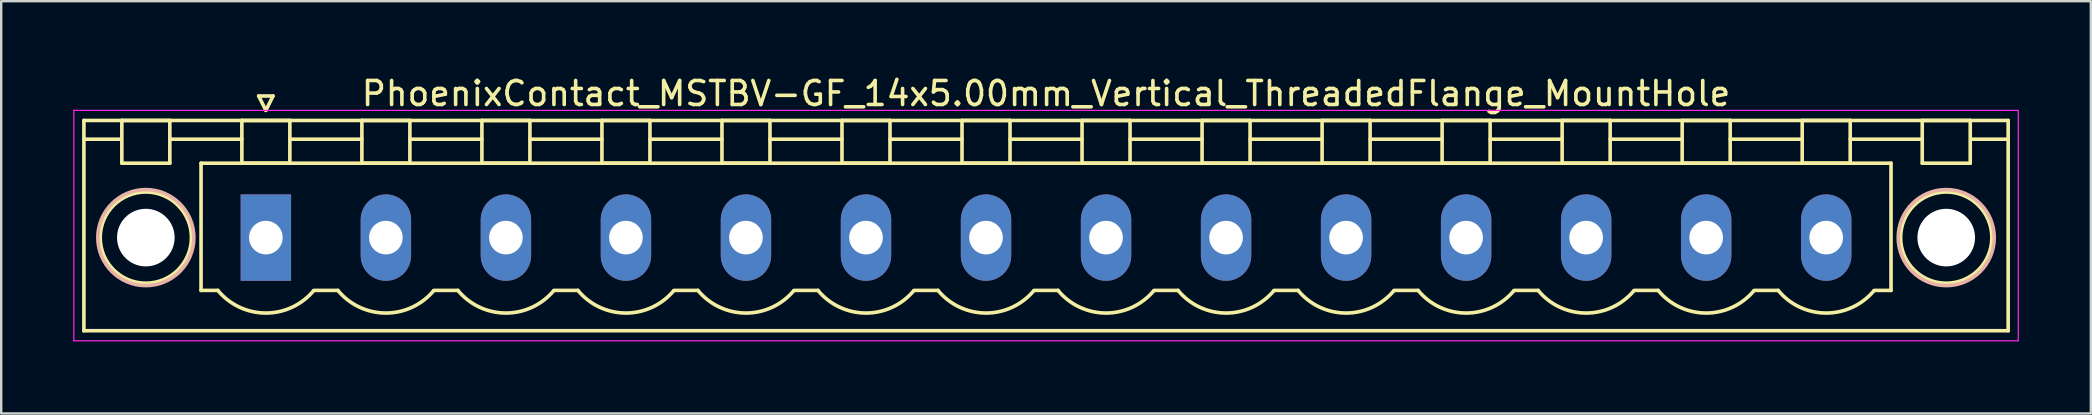
<source format=kicad_pcb>
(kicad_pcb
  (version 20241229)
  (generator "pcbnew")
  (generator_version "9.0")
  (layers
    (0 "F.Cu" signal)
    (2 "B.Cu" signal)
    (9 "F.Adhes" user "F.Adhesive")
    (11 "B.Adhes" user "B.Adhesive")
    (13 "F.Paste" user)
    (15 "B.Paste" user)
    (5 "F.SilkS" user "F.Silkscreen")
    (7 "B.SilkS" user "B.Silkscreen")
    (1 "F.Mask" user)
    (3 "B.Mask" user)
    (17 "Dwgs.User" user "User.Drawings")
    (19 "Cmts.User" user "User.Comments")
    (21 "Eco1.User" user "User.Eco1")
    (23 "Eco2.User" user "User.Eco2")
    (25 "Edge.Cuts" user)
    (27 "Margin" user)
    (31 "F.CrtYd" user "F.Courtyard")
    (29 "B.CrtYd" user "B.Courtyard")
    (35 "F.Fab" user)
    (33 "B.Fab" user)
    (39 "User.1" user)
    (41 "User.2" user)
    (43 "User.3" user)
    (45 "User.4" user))
  (footprint "PhoenixContact_MSTBV-GF_14x5.00mm_Vertical_ThreadedFlange_MountHole"
    (layer "F.Cu")
    (at 8.025 6.848)
    (property "Reference" "PhoenixContact_MSTBV-GF_14x5.00mm_Vertical_ThreadedFlange_MountHole" (at 32.5 -6 0) (layer "F.SilkS") (effects (font (size 1 1) (thickness 0.15))))
    (attr through_hole)
    (fp_line (start -7.58 -4.88) (end -7.58 3.88) (stroke (width 0.15) (type solid)) (layer "F.SilkS"))
    (fp_line (start -7.58 -4.1) (end -6.08 -4.1) (stroke (width 0.15) (type solid)) (layer "F.SilkS"))
    (fp_line (start -7.58 3.88) (end 72.58 3.88) (stroke (width 0.15) (type solid)) (layer "F.SilkS"))
    (fp_line (start -6 -4.88) (end -4 -4.88) (stroke (width 0.15) (type solid)) (layer "F.SilkS"))
    (fp_line (start -6 -3.1) (end -6 -4.88) (stroke (width 0.15) (type solid)) (layer "F.SilkS"))
    (fp_line (start -4 -4.88) (end -4 -3.1) (stroke (width 0.15) (type solid)) (layer "F.SilkS"))
    (fp_line (start -4 -4.1) (end -1 -4.1) (stroke (width 0.15) (type solid)) (layer "F.SilkS"))
    (fp_line (start -4 -3.1) (end -6 -3.1) (stroke (width 0.15) (type solid)) (layer "F.SilkS"))
    (fp_line (start -2.7 -3.1) (end 67.7 -3.1) (stroke (width 0.15) (type solid)) (layer "F.SilkS"))
    (fp_line (start -2.7 2.2) (end -2.7 -3.1) (stroke (width 0.15) (type solid)) (layer "F.SilkS"))
    (fp_line (start -2 2.2) (end -2.7 2.2) (stroke (width 0.15) (type solid)) (layer "F.SilkS"))
    (fp_line (start -1 -4.88) (end 1 -4.88) (stroke (width 0.15) (type solid)) (layer "F.SilkS"))
    (fp_line (start -1 -3.1) (end -1 -4.88) (stroke (width 0.15) (type solid)) (layer "F.SilkS"))
    (fp_line (start -0.3 -5.9) (end 0 -5.3) (stroke (width 0.15) (type solid)) (layer "F.SilkS"))
    (fp_line (start 0 -5.3) (end 0.3 -5.9) (stroke (width 0.15) (type solid)) (layer "F.SilkS"))
    (fp_line (start 0.3 -5.9) (end -0.3 -5.9) (stroke (width 0.15) (type solid)) (layer "F.SilkS"))
    (fp_line (start 1 -4.88) (end 1 -3.1) (stroke (width 0.15) (type solid)) (layer "F.SilkS"))
    (fp_line (start 1 -4.1) (end 4 -4.1) (stroke (width 0.15) (type solid)) (layer "F.SilkS"))
    (fp_line (start 1 -3.1) (end -1 -3.1) (stroke (width 0.15) (type solid)) (layer "F.SilkS"))
    (fp_line (start 2 2.2) (end 3 2.2) (stroke (width 0.15) (type solid)) (layer "F.SilkS"))
    (fp_line (start 4 -4.88) (end 6 -4.88) (stroke (width 0.15) (type solid)) (layer "F.SilkS"))
    (fp_line (start 4 -3.1) (end 4 -4.88) (stroke (width 0.15) (type solid)) (layer "F.SilkS"))
    (fp_line (start 6 -4.88) (end 6 -3.1) (stroke (width 0.15) (type solid)) (layer "F.SilkS"))
    (fp_line (start 6 -4.1) (end 9 -4.1) (stroke (width 0.15) (type solid)) (layer "F.SilkS"))
    (fp_line (start 6 -3.1) (end 4 -3.1) (stroke (width 0.15) (type solid)) (layer "F.SilkS"))
    (fp_line (start 7 2.2) (end 8 2.2) (stroke (width 0.15) (type solid)) (layer "F.SilkS"))
    (fp_line (start 9 -4.88) (end 11 -4.88) (stroke (width 0.15) (type solid)) (layer "F.SilkS"))
    (fp_line (start 9 -3.1) (end 9 -4.88) (stroke (width 0.15) (type solid)) (layer "F.SilkS"))
    (fp_line (start 11 -4.88) (end 11 -3.1) (stroke (width 0.15) (type solid)) (layer "F.SilkS"))
    (fp_line (start 11 -4.1) (end 14 -4.1) (stroke (width 0.15) (type solid)) (layer "F.SilkS"))
    (fp_line (start 11 -3.1) (end 9 -3.1) (stroke (width 0.15) (type solid)) (layer "F.SilkS"))
    (fp_line (start 12 2.2) (end 13 2.2) (stroke (width 0.15) (type solid)) (layer "F.SilkS"))
    (fp_line (start 14 -4.88) (end 16 -4.88) (stroke (width 0.15) (type solid)) (layer "F.SilkS"))
    (fp_line (start 14 -3.1) (end 14 -4.88) (stroke (width 0.15) (type solid)) (layer "F.SilkS"))
    (fp_line (start 16 -4.88) (end 16 -3.1) (stroke (width 0.15) (type solid)) (layer "F.SilkS"))
    (fp_line (start 16 -4.1) (end 19 -4.1) (stroke (width 0.15) (type solid)) (layer "F.SilkS"))
    (fp_line (start 16 -3.1) (end 14 -3.1) (stroke (width 0.15) (type solid)) (layer "F.SilkS"))
    (fp_line (start 17 2.2) (end 18 2.2) (stroke (width 0.15) (type solid)) (layer "F.SilkS"))
    (fp_line (start 19 -4.88) (end 21 -4.88) (stroke (width 0.15) (type solid)) (layer "F.SilkS"))
    (fp_line (start 19 -3.1) (end 19 -4.88) (stroke (width 0.15) (type solid)) (layer "F.SilkS"))
    (fp_line (start 21 -4.88) (end 21 -3.1) (stroke (width 0.15) (type solid)) (layer "F.SilkS"))
    (fp_line (start 21 -4.1) (end 24 -4.1) (stroke (width 0.15) (type solid)) (layer "F.SilkS"))
    (fp_line (start 21 -3.1) (end 19 -3.1) (stroke (width 0.15) (type solid)) (layer "F.SilkS"))
    (fp_line (start 22 2.2) (end 23 2.2) (stroke (width 0.15) (type solid)) (layer "F.SilkS"))
    (fp_line (start 24 -4.88) (end 26 -4.88) (stroke (width 0.15) (type solid)) (layer "F.SilkS"))
    (fp_line (start 24 -3.1) (end 24 -4.88) (stroke (width 0.15) (type solid)) (layer "F.SilkS"))
    (fp_line (start 26 -4.88) (end 26 -3.1) (stroke (width 0.15) (type solid)) (layer "F.SilkS"))
    (fp_line (start 26 -4.1) (end 29 -4.1) (stroke (width 0.15) (type solid)) (layer "F.SilkS"))
    (fp_line (start 26 -3.1) (end 24 -3.1) (stroke (width 0.15) (type solid)) (layer "F.SilkS"))
    (fp_line (start 27 2.2) (end 28 2.2) (stroke (width 0.15) (type solid)) (layer "F.SilkS"))
    (fp_line (start 29 -4.88) (end 31 -4.88) (stroke (width 0.15) (type solid)) (layer "F.SilkS"))
    (fp_line (start 29 -3.1) (end 29 -4.88) (stroke (width 0.15) (type solid)) (layer "F.SilkS"))
    (fp_line (start 31 -4.88) (end 31 -3.1) (stroke (width 0.15) (type solid)) (layer "F.SilkS"))
    (fp_line (start 31 -4.1) (end 34 -4.1) (stroke (width 0.15) (type solid)) (layer "F.SilkS"))
    (fp_line (start 31 -3.1) (end 29 -3.1) (stroke (width 0.15) (type solid)) (layer "F.SilkS"))
    (fp_line (start 32 2.2) (end 33 2.2) (stroke (width 0.15) (type solid)) (layer "F.SilkS"))
    (fp_line (start 34 -4.88) (end 36 -4.88) (stroke (width 0.15) (type solid)) (layer "F.SilkS"))
    (fp_line (start 34 -3.1) (end 34 -4.88) (stroke (width 0.15) (type solid)) (layer "F.SilkS"))
    (fp_line (start 36 -4.88) (end 36 -3.1) (stroke (width 0.15) (type solid)) (layer "F.SilkS"))
    (fp_line (start 36 -4.1) (end 39 -4.1) (stroke (width 0.15) (type solid)) (layer "F.SilkS"))
    (fp_line (start 36 -3.1) (end 34 -3.1) (stroke (width 0.15) (type solid)) (layer "F.SilkS"))
    (fp_line (start 37 2.2) (end 38 2.2) (stroke (width 0.15) (type solid)) (layer "F.SilkS"))
    (fp_line (start 39 -4.88) (end 41 -4.88) (stroke (width 0.15) (type solid)) (layer "F.SilkS"))
    (fp_line (start 39 -3.1) (end 39 -4.88) (stroke (width 0.15) (type solid)) (layer "F.SilkS"))
    (fp_line (start 41 -4.88) (end 41 -3.1) (stroke (width 0.15) (type solid)) (layer "F.SilkS"))
    (fp_line (start 41 -4.1) (end 44 -4.1) (stroke (width 0.15) (type solid)) (layer "F.SilkS"))
    (fp_line (start 41 -3.1) (end 39 -3.1) (stroke (width 0.15) (type solid)) (layer "F.SilkS"))
    (fp_line (start 42 2.2) (end 43 2.2) (stroke (width 0.15) (type solid)) (layer "F.SilkS"))
    (fp_line (start 44 -4.88) (end 46 -4.88) (stroke (width 0.15) (type solid)) (layer "F.SilkS"))
    (fp_line (start 44 -3.1) (end 44 -4.88) (stroke (width 0.15) (type solid)) (layer "F.SilkS"))
    (fp_line (start 46 -4.88) (end 46 -3.1) (stroke (width 0.15) (type solid)) (layer "F.SilkS"))
    (fp_line (start 46 -4.1) (end 49 -4.1) (stroke (width 0.15) (type solid)) (layer "F.SilkS"))
    (fp_line (start 46 -3.1) (end 44 -3.1) (stroke (width 0.15) (type solid)) (layer "F.SilkS"))
    (fp_line (start 47 2.2) (end 48 2.2) (stroke (width 0.15) (type solid)) (layer "F.SilkS"))
    (fp_line (start 49 -4.88) (end 51 -4.88) (stroke (width 0.15) (type solid)) (layer "F.SilkS"))
    (fp_line (start 49 -3.1) (end 49 -4.88) (stroke (width 0.15) (type solid)) (layer "F.SilkS"))
    (fp_line (start 51 -4.88) (end 51 -3.1) (stroke (width 0.15) (type solid)) (layer "F.SilkS"))
    (fp_line (start 51 -4.1) (end 54 -4.1) (stroke (width 0.15) (type solid)) (layer "F.SilkS"))
    (fp_line (start 51 -3.1) (end 49 -3.1) (stroke (width 0.15) (type solid)) (layer "F.SilkS"))
    (fp_line (start 52 2.2) (end 53 2.2) (stroke (width 0.15) (type solid)) (layer "F.SilkS"))
    (fp_line (start 54 -4.88) (end 56 -4.88) (stroke (width 0.15) (type solid)) (layer "F.SilkS"))
    (fp_line (start 54 -3.1) (end 54 -4.88) (stroke (width 0.15) (type solid)) (layer "F.SilkS"))
    (fp_line (start 56 -4.88) (end 56 -3.1) (stroke (width 0.15) (type solid)) (layer "F.SilkS"))
    (fp_line (start 56 -4.1) (end 59 -4.1) (stroke (width 0.15) (type solid)) (layer "F.SilkS"))
    (fp_line (start 56 -3.1) (end 54 -3.1) (stroke (width 0.15) (type solid)) (layer "F.SilkS"))
    (fp_line (start 57 2.2) (end 58 2.2) (stroke (width 0.15) (type solid)) (layer "F.SilkS"))
    (fp_line (start 59 -4.88) (end 61 -4.88) (stroke (width 0.15) (type solid)) (layer "F.SilkS"))
    (fp_line (start 59 -3.1) (end 59 -4.88) (stroke (width 0.15) (type solid)) (layer "F.SilkS"))
    (fp_line (start 61 -4.88) (end 61 -3.1) (stroke (width 0.15) (type solid)) (layer "F.SilkS"))
    (fp_line (start 61 -4.1) (end 64 -4.1) (stroke (width 0.15) (type solid)) (layer "F.SilkS"))
    (fp_line (start 61 -3.1) (end 59 -3.1) (stroke (width 0.15) (type solid)) (layer "F.SilkS"))
    (fp_line (start 62 2.2) (end 63 2.2) (stroke (width 0.15) (type solid)) (layer "F.SilkS"))
    (fp_line (start 64 -4.88) (end 66 -4.88) (stroke (width 0.15) (type solid)) (layer "F.SilkS"))
    (fp_line (start 64 -3.1) (end 64 -4.88) (stroke (width 0.15) (type solid)) (layer "F.SilkS"))
    (fp_line (start 66 -4.88) (end 66 -3.1) (stroke (width 0.15) (type solid)) (layer "F.SilkS"))
    (fp_line (start 66 -4.1) (end 69 -4.1) (stroke (width 0.15) (type solid)) (layer "F.SilkS"))
    (fp_line (start 66 -3.1) (end 64 -3.1) (stroke (width 0.15) (type solid)) (layer "F.SilkS"))
    (fp_line (start 67.7 -3.1) (end 67.7 2.2) (stroke (width 0.15) (type solid)) (layer "F.SilkS"))
    (fp_line (start 67.7 2.2) (end 67 2.2) (stroke (width 0.15) (type solid)) (layer "F.SilkS"))
    (fp_line (start 69 -4.88) (end 71 -4.88) (stroke (width 0.15) (type solid)) (layer "F.SilkS"))
    (fp_line (start 69 -3.1) (end 69 -4.88) (stroke (width 0.15) (type solid)) (layer "F.SilkS"))
    (fp_line (start 71 -4.88) (end 71 -3.1) (stroke (width 0.15) (type solid)) (layer "F.SilkS"))
    (fp_line (start 71 -3.1) (end 69 -3.1) (stroke (width 0.15) (type solid)) (layer "F.SilkS"))
    (fp_line (start 72.58 -4.88) (end -7.58 -4.88) (stroke (width 0.15) (type solid)) (layer "F.SilkS"))
    (fp_line (start 72.58 -4.1) (end 71.08 -4.1) (stroke (width 0.15) (type solid)) (layer "F.SilkS"))
    (fp_line (start 72.58 3.88) (end 72.58 -4.88) (stroke (width 0.15) (type solid)) (layer "F.SilkS"))
    (fp_arc (start 1.986842 2.215821) (mid -0.010289 3.142758) (end -2 2.2) (stroke (width 0.15) (type solid)) (layer "F.SilkS"))
    (fp_arc (start 6.986842 2.215821) (mid 4.989711 3.142758) (end 3 2.2) (stroke (width 0.15) (type solid)) (layer "F.SilkS"))
    (fp_arc (start 11.986842 2.215821) (mid 9.989711 3.142758) (end 8 2.2) (stroke (width 0.15) (type solid)) (layer "F.SilkS"))
    (fp_arc (start 16.986842 2.215821) (mid 14.989711 3.142758) (end 13 2.2) (stroke (width 0.15) (type solid)) (layer "F.SilkS"))
    (fp_arc (start 21.986842 2.215821) (mid 19.989711 3.142758) (end 18 2.2) (stroke (width 0.15) (type solid)) (layer "F.SilkS"))
    (fp_arc (start 26.986842 2.215821) (mid 24.989711 3.142758) (end 23 2.2) (stroke (width 0.15) (type solid)) (layer "F.SilkS"))
    (fp_arc (start 31.986842 2.215821) (mid 29.989711 3.142758) (end 28 2.2) (stroke (width 0.15) (type solid)) (layer "F.SilkS"))
    (fp_arc (start 36.986842 2.215821) (mid 34.989711 3.142758) (end 33 2.2) (stroke (width 0.15) (type solid)) (layer "F.SilkS"))
    (fp_arc (start 41.986842 2.215821) (mid 39.989711 3.142758) (end 38 2.2) (stroke (width 0.15) (type solid)) (layer "F.SilkS"))
    (fp_arc (start 46.986842 2.215821) (mid 44.989711 3.142758) (end 43 2.2) (stroke (width 0.15) (type solid)) (layer "F.SilkS"))
    (fp_arc (start 51.986842 2.215821) (mid 49.989711 3.142758) (end 48 2.2) (stroke (width 0.15) (type solid)) (layer "F.SilkS"))
    (fp_arc (start 56.986842 2.215821) (mid 54.989711 3.142758) (end 53 2.2) (stroke (width 0.15) (type solid)) (layer "F.SilkS"))
    (fp_arc (start 61.986842 2.215821) (mid 59.989711 3.142758) (end 58 2.2) (stroke (width 0.15) (type solid)) (layer "F.SilkS"))
    (fp_arc (start 66.986842 2.215821) (mid 64.989711 3.142758) (end 63 2.2) (stroke (width 0.15) (type solid)) (layer "F.SilkS"))
    (fp_circle (center -5 0) (end -3.1 0) (stroke (width 0.15) (type solid)) (fill no) (layer "F.SilkS"))
    (fp_circle (center 70 0) (end 71.9 0) (stroke (width 0.15) (type solid)) (fill no) (layer "F.SilkS"))
    (fp_circle (center -5 0) (end -3 0) (stroke (width 0.15) (type solid)) (fill no) (layer "B.SilkS"))
    (fp_circle (center 70 0) (end 72 0) (stroke (width 0.15) (type solid)) (fill no) (layer "B.SilkS"))
    (fp_line (start -8 -5.3) (end -8 4.3) (stroke (width 0.05) (type solid)) (layer "F.CrtYd"))
    (fp_line (start -8 4.3) (end 73 4.3) (stroke (width 0.05) (type solid)) (layer "F.CrtYd"))
    (fp_line (start 73 -5.3) (end -8 -5.3) (stroke (width 0.05) (type solid)) (layer "F.CrtYd"))
    (fp_line (start 73 4.3) (end 73 -5.3) (stroke (width 0.05) (type solid)) (layer "F.CrtYd"))
    (pad "" np_thru_hole circle (at -5 0) (size 2.4 2.4) (drill 2.4) (layers "*.Cu" "*.Mask"))
    (pad "" np_thru_hole circle (at 70 0) (size 2.4 2.4) (drill 2.4) (layers "*.Cu" "*.Mask"))
    (pad "1" thru_hole rect (at 0 0) (size 2.1 3.6) (drill 1.4) (layers "*.Cu" "*.Mask"))
    (pad "2" thru_hole oval (at 5 0) (size 2.1 3.6) (drill 1.4) (layers "*.Cu" "*.Mask"))
    (pad "3" thru_hole oval (at 10 0) (size 2.1 3.6) (drill 1.4) (layers "*.Cu" "*.Mask"))
    (pad "4" thru_hole oval (at 15 0) (size 2.1 3.6) (drill 1.4) (layers "*.Cu" "*.Mask"))
    (pad "5" thru_hole oval (at 20 0) (size 2.1 3.6) (drill 1.4) (layers "*.Cu" "*.Mask"))
    (pad "6" thru_hole oval (at 25 0) (size 2.1 3.6) (drill 1.4) (layers "*.Cu" "*.Mask"))
    (pad "7" thru_hole oval (at 30 0) (size 2.1 3.6) (drill 1.4) (layers "*.Cu" "*.Mask"))
    (pad "8" thru_hole oval (at 35 0) (size 2.1 3.6) (drill 1.4) (layers "*.Cu" "*.Mask"))
    (pad "9" thru_hole oval (at 40 0) (size 2.1 3.6) (drill 1.4) (layers "*.Cu" "*.Mask"))
    (pad "10" thru_hole oval (at 45 0) (size 2.1 3.6) (drill 1.4) (layers "*.Cu" "*.Mask"))
    (pad "11" thru_hole oval (at 50 0) (size 2.1 3.6) (drill 1.4) (layers "*.Cu" "*.Mask"))
    (pad "12" thru_hole oval (at 55 0) (size 2.1 3.6) (drill 1.4) (layers "*.Cu" "*.Mask"))
    (pad "13" thru_hole oval (at 60 0) (size 2.1 3.6) (drill 1.4) (layers "*.Cu" "*.Mask"))
    (pad "14" thru_hole oval (at 65 0) (size 2.1 3.6) (drill 1.4) (layers "*.Cu" "*.Mask")))
  (gr_rect
    (start -3 -3)
    (end 84.05 14.173)
    (stroke (width 0.1) (type default))
    (fill no)
    (layer "Edge.Cuts")))
</source>
